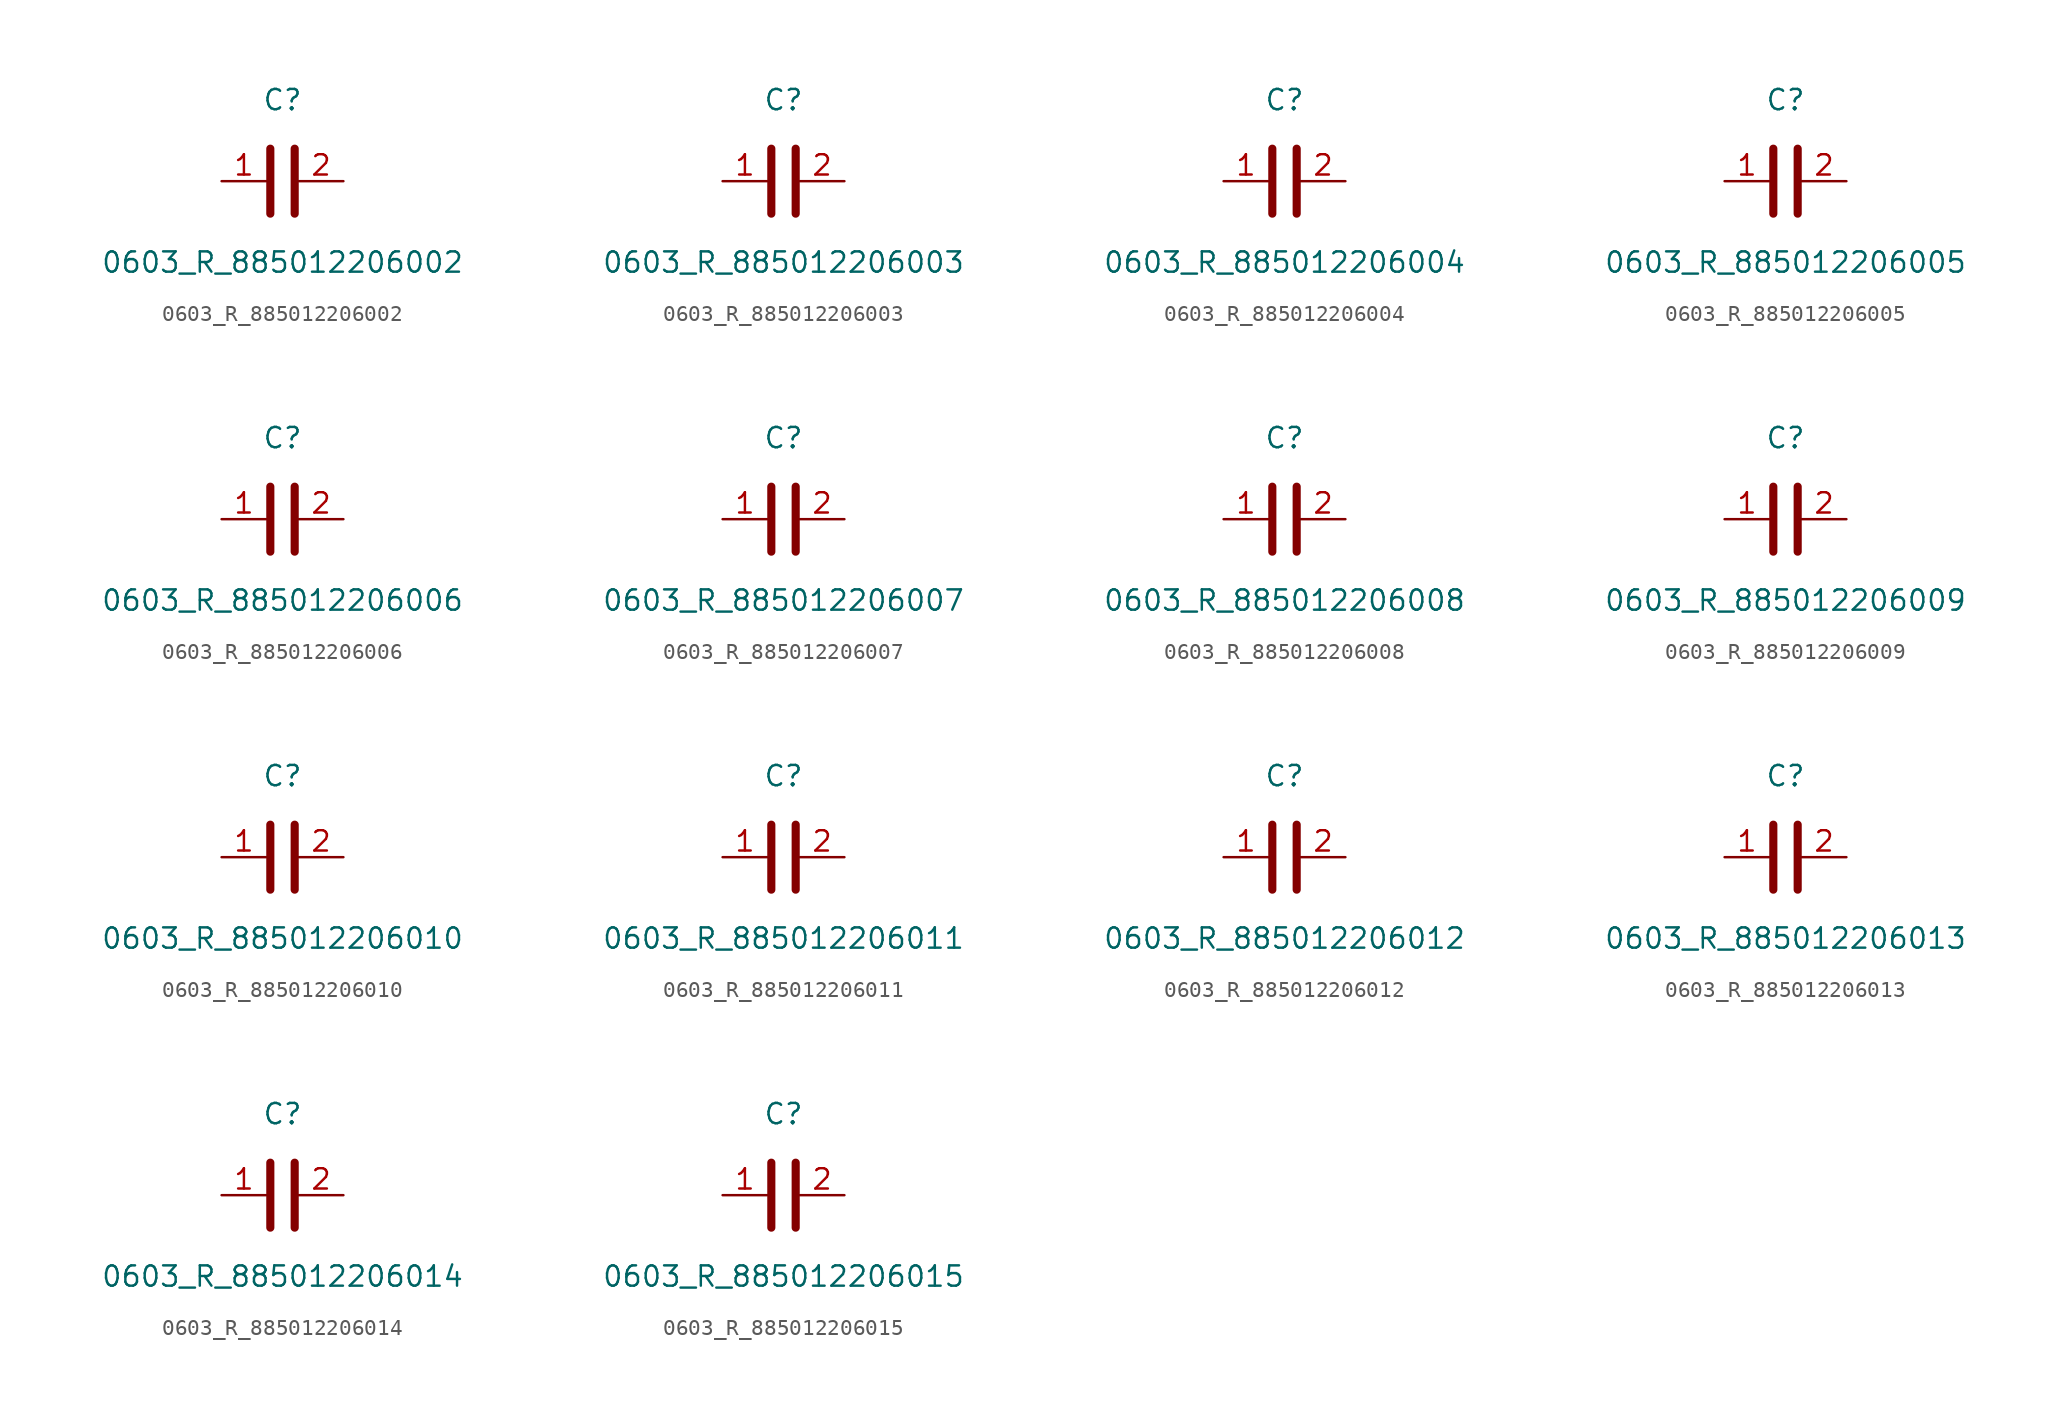
<source format=kicad_sym>
(kicad_symbol_lib
  (version 20220914)
  (generator kicad_symbol_editor)
  (symbol "0603_R_885012206002"
    (pin_names hide)
    (property "Reference" "C"
      (at 0 5.08 0)
      (effects (font (size 1.27 1.27))))
    (property "Value" "0603_R_885012206002"
      (at 0 -5.08 0)
      (effects (font (size 1.27 1.27))))
    (symbol "0603_R_885012206002_0_1"
      (polyline (pts (xy -0.762 -2.032) (xy -0.762 2.032)) (stroke (width 0.508) (type default)) (fill (type none)))
      (polyline (pts (xy 0.762 -2.032) (xy 0.762 2.032)) (stroke (width 0.508) (type default)) (fill (type none))))
    (symbol "0603_R_885012206002_1_1"
      (pin passive line (at -3.81 0 0) (length 2.794) (name "1" (effects (font (size 1.27 1.27)))) (number "1" (effects (font (size 1.27 1.27)))))
      (pin passive line (at 3.81 0 180) (length 2.794) (name "2" (effects (font (size 1.27 1.27)))) (number "2" (effects (font (size 1.27 1.27)))))))
  (symbol "0603_R_885012206003"
    (pin_names hide)
    (property "Reference" "C"
      (at 0 5.08 0)
      (effects (font (size 1.27 1.27))))
    (property "Value" "0603_R_885012206003"
      (at 0 -5.08 0)
      (effects (font (size 1.27 1.27))))
    (symbol "0603_R_885012206003_0_1"
      (polyline (pts (xy -0.762 -2.032) (xy -0.762 2.032)) (stroke (width 0.508) (type default)) (fill (type none)))
      (polyline (pts (xy 0.762 -2.032) (xy 0.762 2.032)) (stroke (width 0.508) (type default)) (fill (type none))))
    (symbol "0603_R_885012206003_1_1"
      (pin passive line (at -3.81 0 0) (length 2.794) (name "1" (effects (font (size 1.27 1.27)))) (number "1" (effects (font (size 1.27 1.27)))))
      (pin passive line (at 3.81 0 180) (length 2.794) (name "2" (effects (font (size 1.27 1.27)))) (number "2" (effects (font (size 1.27 1.27)))))))
  (symbol "0603_R_885012206004"
    (pin_names hide)
    (property "Reference" "C"
      (at 0 5.08 0)
      (effects (font (size 1.27 1.27))))
    (property "Value" "0603_R_885012206004"
      (at 0 -5.08 0)
      (effects (font (size 1.27 1.27))))
    (symbol "0603_R_885012206004_0_1"
      (polyline (pts (xy -0.762 -2.032) (xy -0.762 2.032)) (stroke (width 0.508) (type default)) (fill (type none)))
      (polyline (pts (xy 0.762 -2.032) (xy 0.762 2.032)) (stroke (width 0.508) (type default)) (fill (type none))))
    (symbol "0603_R_885012206004_1_1"
      (pin passive line (at -3.81 0 0) (length 2.794) (name "1" (effects (font (size 1.27 1.27)))) (number "1" (effects (font (size 1.27 1.27)))))
      (pin passive line (at 3.81 0 180) (length 2.794) (name "2" (effects (font (size 1.27 1.27)))) (number "2" (effects (font (size 1.27 1.27)))))))
  (symbol "0603_R_885012206005"
    (pin_names hide)
    (property "Reference" "C"
      (at 0 5.08 0)
      (effects (font (size 1.27 1.27))))
    (property "Value" "0603_R_885012206005"
      (at 0 -5.08 0)
      (effects (font (size 1.27 1.27))))
    (symbol "0603_R_885012206005_0_1"
      (polyline (pts (xy -0.762 -2.032) (xy -0.762 2.032)) (stroke (width 0.508) (type default)) (fill (type none)))
      (polyline (pts (xy 0.762 -2.032) (xy 0.762 2.032)) (stroke (width 0.508) (type default)) (fill (type none))))
    (symbol "0603_R_885012206005_1_1"
      (pin passive line (at -3.81 0 0) (length 2.794) (name "1" (effects (font (size 1.27 1.27)))) (number "1" (effects (font (size 1.27 1.27)))))
      (pin passive line (at 3.81 0 180) (length 2.794) (name "2" (effects (font (size 1.27 1.27)))) (number "2" (effects (font (size 1.27 1.27)))))))
  (symbol "0603_R_885012206006"
    (pin_names hide)
    (property "Reference" "C"
      (at 0 5.08 0)
      (effects (font (size 1.27 1.27))))
    (property "Value" "0603_R_885012206006"
      (at 0 -5.08 0)
      (effects (font (size 1.27 1.27))))
    (symbol "0603_R_885012206006_0_1"
      (polyline (pts (xy -0.762 -2.032) (xy -0.762 2.032)) (stroke (width 0.508) (type default)) (fill (type none)))
      (polyline (pts (xy 0.762 -2.032) (xy 0.762 2.032)) (stroke (width 0.508) (type default)) (fill (type none))))
    (symbol "0603_R_885012206006_1_1"
      (pin passive line (at -3.81 0 0) (length 2.794) (name "1" (effects (font (size 1.27 1.27)))) (number "1" (effects (font (size 1.27 1.27)))))
      (pin passive line (at 3.81 0 180) (length 2.794) (name "2" (effects (font (size 1.27 1.27)))) (number "2" (effects (font (size 1.27 1.27)))))))
  (symbol "0603_R_885012206007"
    (pin_names hide)
    (property "Reference" "C"
      (at 0 5.08 0)
      (effects (font (size 1.27 1.27))))
    (property "Value" "0603_R_885012206007"
      (at 0 -5.08 0)
      (effects (font (size 1.27 1.27))))
    (symbol "0603_R_885012206007_0_1"
      (polyline (pts (xy -0.762 -2.032) (xy -0.762 2.032)) (stroke (width 0.508) (type default)) (fill (type none)))
      (polyline (pts (xy 0.762 -2.032) (xy 0.762 2.032)) (stroke (width 0.508) (type default)) (fill (type none))))
    (symbol "0603_R_885012206007_1_1"
      (pin passive line (at -3.81 0 0) (length 2.794) (name "1" (effects (font (size 1.27 1.27)))) (number "1" (effects (font (size 1.27 1.27)))))
      (pin passive line (at 3.81 0 180) (length 2.794) (name "2" (effects (font (size 1.27 1.27)))) (number "2" (effects (font (size 1.27 1.27)))))))
  (symbol "0603_R_885012206008"
    (pin_names hide)
    (property "Reference" "C"
      (at 0 5.08 0)
      (effects (font (size 1.27 1.27))))
    (property "Value" "0603_R_885012206008"
      (at 0 -5.08 0)
      (effects (font (size 1.27 1.27))))
    (symbol "0603_R_885012206008_0_1"
      (polyline (pts (xy -0.762 -2.032) (xy -0.762 2.032)) (stroke (width 0.508) (type default)) (fill (type none)))
      (polyline (pts (xy 0.762 -2.032) (xy 0.762 2.032)) (stroke (width 0.508) (type default)) (fill (type none))))
    (symbol "0603_R_885012206008_1_1"
      (pin passive line (at -3.81 0 0) (length 2.794) (name "1" (effects (font (size 1.27 1.27)))) (number "1" (effects (font (size 1.27 1.27)))))
      (pin passive line (at 3.81 0 180) (length 2.794) (name "2" (effects (font (size 1.27 1.27)))) (number "2" (effects (font (size 1.27 1.27)))))))
  (symbol "0603_R_885012206009"
    (pin_names hide)
    (property "Reference" "C"
      (at 0 5.08 0)
      (effects (font (size 1.27 1.27))))
    (property "Value" "0603_R_885012206009"
      (at 0 -5.08 0)
      (effects (font (size 1.27 1.27))))
    (symbol "0603_R_885012206009_0_1"
      (polyline (pts (xy -0.762 -2.032) (xy -0.762 2.032)) (stroke (width 0.508) (type default)) (fill (type none)))
      (polyline (pts (xy 0.762 -2.032) (xy 0.762 2.032)) (stroke (width 0.508) (type default)) (fill (type none))))
    (symbol "0603_R_885012206009_1_1"
      (pin passive line (at -3.81 0 0) (length 2.794) (name "1" (effects (font (size 1.27 1.27)))) (number "1" (effects (font (size 1.27 1.27)))))
      (pin passive line (at 3.81 0 180) (length 2.794) (name "2" (effects (font (size 1.27 1.27)))) (number "2" (effects (font (size 1.27 1.27)))))))
  (symbol "0603_R_885012206010"
    (pin_names hide)
    (property "Reference" "C"
      (at 0 5.08 0)
      (effects (font (size 1.27 1.27))))
    (property "Value" "0603_R_885012206010"
      (at 0 -5.08 0)
      (effects (font (size 1.27 1.27))))
    (symbol "0603_R_885012206010_0_1"
      (polyline (pts (xy -0.762 -2.032) (xy -0.762 2.032)) (stroke (width 0.508) (type default)) (fill (type none)))
      (polyline (pts (xy 0.762 -2.032) (xy 0.762 2.032)) (stroke (width 0.508) (type default)) (fill (type none))))
    (symbol "0603_R_885012206010_1_1"
      (pin passive line (at -3.81 0 0) (length 2.794) (name "1" (effects (font (size 1.27 1.27)))) (number "1" (effects (font (size 1.27 1.27)))))
      (pin passive line (at 3.81 0 180) (length 2.794) (name "2" (effects (font (size 1.27 1.27)))) (number "2" (effects (font (size 1.27 1.27)))))))
  (symbol "0603_R_885012206011"
    (pin_names hide)
    (property "Reference" "C"
      (at 0 5.08 0)
      (effects (font (size 1.27 1.27))))
    (property "Value" "0603_R_885012206011"
      (at 0 -5.08 0)
      (effects (font (size 1.27 1.27))))
    (symbol "0603_R_885012206011_0_1"
      (polyline (pts (xy -0.762 -2.032) (xy -0.762 2.032)) (stroke (width 0.508) (type default)) (fill (type none)))
      (polyline (pts (xy 0.762 -2.032) (xy 0.762 2.032)) (stroke (width 0.508) (type default)) (fill (type none))))
    (symbol "0603_R_885012206011_1_1"
      (pin passive line (at -3.81 0 0) (length 2.794) (name "1" (effects (font (size 1.27 1.27)))) (number "1" (effects (font (size 1.27 1.27)))))
      (pin passive line (at 3.81 0 180) (length 2.794) (name "2" (effects (font (size 1.27 1.27)))) (number "2" (effects (font (size 1.27 1.27)))))))
  (symbol "0603_R_885012206012"
    (pin_names hide)
    (property "Reference" "C"
      (at 0 5.08 0)
      (effects (font (size 1.27 1.27))))
    (property "Value" "0603_R_885012206012"
      (at 0 -5.08 0)
      (effects (font (size 1.27 1.27))))
    (symbol "0603_R_885012206012_0_1"
      (polyline (pts (xy -0.762 -2.032) (xy -0.762 2.032)) (stroke (width 0.508) (type default)) (fill (type none)))
      (polyline (pts (xy 0.762 -2.032) (xy 0.762 2.032)) (stroke (width 0.508) (type default)) (fill (type none))))
    (symbol "0603_R_885012206012_1_1"
      (pin passive line (at -3.81 0 0) (length 2.794) (name "1" (effects (font (size 1.27 1.27)))) (number "1" (effects (font (size 1.27 1.27)))))
      (pin passive line (at 3.81 0 180) (length 2.794) (name "2" (effects (font (size 1.27 1.27)))) (number "2" (effects (font (size 1.27 1.27)))))))
  (symbol "0603_R_885012206013"
    (pin_names hide)
    (property "Reference" "C"
      (at 0 5.08 0)
      (effects (font (size 1.27 1.27))))
    (property "Value" "0603_R_885012206013"
      (at 0 -5.08 0)
      (effects (font (size 1.27 1.27))))
    (symbol "0603_R_885012206013_0_1"
      (polyline (pts (xy -0.762 -2.032) (xy -0.762 2.032)) (stroke (width 0.508) (type default)) (fill (type none)))
      (polyline (pts (xy 0.762 -2.032) (xy 0.762 2.032)) (stroke (width 0.508) (type default)) (fill (type none))))
    (symbol "0603_R_885012206013_1_1"
      (pin passive line (at -3.81 0 0) (length 2.794) (name "1" (effects (font (size 1.27 1.27)))) (number "1" (effects (font (size 1.27 1.27)))))
      (pin passive line (at 3.81 0 180) (length 2.794) (name "2" (effects (font (size 1.27 1.27)))) (number "2" (effects (font (size 1.27 1.27)))))))
  (symbol "0603_R_885012206014"
    (pin_names hide)
    (property "Reference" "C"
      (at 0 5.08 0)
      (effects (font (size 1.27 1.27))))
    (property "Value" "0603_R_885012206014"
      (at 0 -5.08 0)
      (effects (font (size 1.27 1.27))))
    (symbol "0603_R_885012206014_0_1"
      (polyline (pts (xy -0.762 -2.032) (xy -0.762 2.032)) (stroke (width 0.508) (type default)) (fill (type none)))
      (polyline (pts (xy 0.762 -2.032) (xy 0.762 2.032)) (stroke (width 0.508) (type default)) (fill (type none))))
    (symbol "0603_R_885012206014_1_1"
      (pin passive line (at -3.81 0 0) (length 2.794) (name "1" (effects (font (size 1.27 1.27)))) (number "1" (effects (font (size 1.27 1.27)))))
      (pin passive line (at 3.81 0 180) (length 2.794) (name "2" (effects (font (size 1.27 1.27)))) (number "2" (effects (font (size 1.27 1.27)))))))
  (symbol "0603_R_885012206015"
    (pin_names hide)
    (property "Reference" "C"
      (at 0 5.08 0)
      (effects (font (size 1.27 1.27))))
    (property "Value" "0603_R_885012206015"
      (at 0 -5.08 0)
      (effects (font (size 1.27 1.27))))
    (symbol "0603_R_885012206015_0_1"
      (polyline (pts (xy -0.762 -2.032) (xy -0.762 2.032)) (stroke (width 0.508) (type default)) (fill (type none)))
      (polyline (pts (xy 0.762 -2.032) (xy 0.762 2.032)) (stroke (width 0.508) (type default)) (fill (type none))))
    (symbol "0603_R_885012206015_1_1"
      (pin passive line (at -3.81 0 0) (length 2.794) (name "1" (effects (font (size 1.27 1.27)))) (number "1" (effects (font (size 1.27 1.27)))))
      (pin passive line (at 3.81 0 180) (length 2.794) (name "2" (effects (font (size 1.27 1.27)))) (number "2" (effects (font (size 1.27 1.27))))))))
</source>
